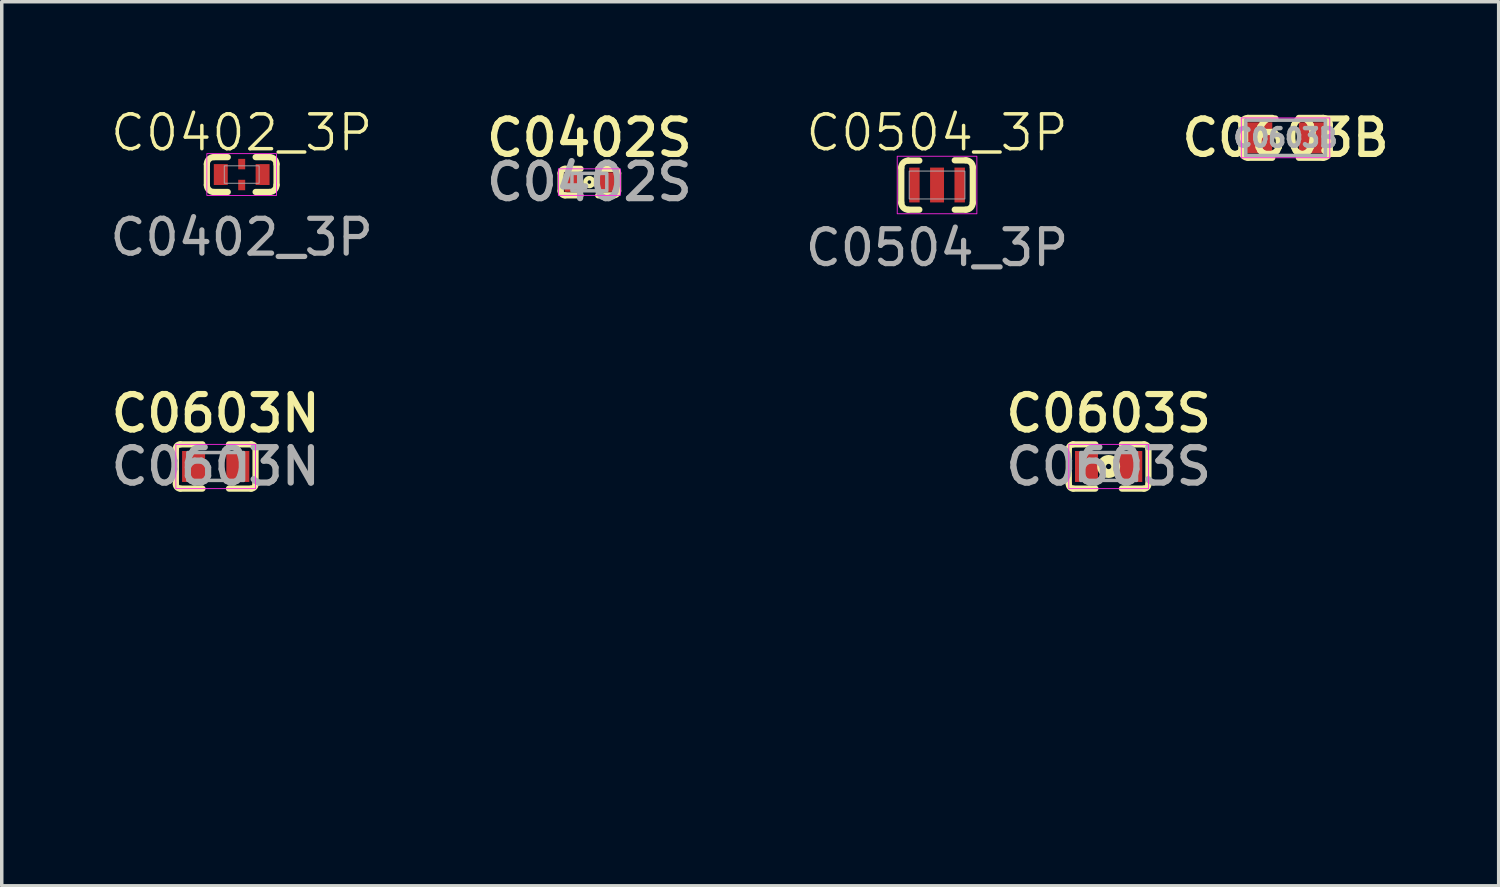
<source format=kicad_pcb>
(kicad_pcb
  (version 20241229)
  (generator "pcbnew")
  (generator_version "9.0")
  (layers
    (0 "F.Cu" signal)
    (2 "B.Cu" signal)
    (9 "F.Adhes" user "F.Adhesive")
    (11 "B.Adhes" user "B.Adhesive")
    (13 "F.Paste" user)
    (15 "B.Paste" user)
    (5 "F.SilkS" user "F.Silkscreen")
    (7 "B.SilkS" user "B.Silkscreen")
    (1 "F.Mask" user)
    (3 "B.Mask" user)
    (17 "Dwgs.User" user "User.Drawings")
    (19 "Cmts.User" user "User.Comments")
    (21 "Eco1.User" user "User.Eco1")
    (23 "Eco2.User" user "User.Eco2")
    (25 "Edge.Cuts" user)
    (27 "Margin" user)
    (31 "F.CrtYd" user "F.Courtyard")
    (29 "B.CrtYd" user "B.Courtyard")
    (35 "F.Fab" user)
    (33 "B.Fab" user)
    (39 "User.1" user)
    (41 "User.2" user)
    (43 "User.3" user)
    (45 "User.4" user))
  (footprint "C0603S"
    (layer "F.Cu")
    (at 28.77 10.339)
    (property "Reference" "C0603S" (at 0 -1.524 0) (layer "F.SilkS") (effects (font (size 1.016 1.016) (thickness 0.178))))
    (attr smd)
    (fp_line (start -1.143 -0.508) (end -1.143 0.508) (stroke (width 0.178) (type solid)) (layer "F.SilkS"))
    (fp_line (start -1.016 0.635) (end -0.381 0.635) (stroke (width 0.178) (type solid)) (layer "F.SilkS"))
    (fp_line (start -0.381 -0.635) (end -1.016 -0.635) (stroke (width 0.178) (type solid)) (layer "F.SilkS"))
    (fp_line (start 0.381 0.635) (end 1.016 0.635) (stroke (width 0.178) (type solid)) (layer "F.SilkS"))
    (fp_line (start 1.016 -0.635) (end 0.381 -0.635) (stroke (width 0.178) (type solid)) (layer "F.SilkS"))
    (fp_line (start 1.143 0.508) (end 1.143 -0.508) (stroke (width 0.178) (type solid)) (layer "F.SilkS"))
    (fp_arc (start -1.143 -0.508) (mid -1.105803 -0.597803) (end -1.016 -0.635) (stroke (width 0.1778) (type solid)) (layer "F.SilkS"))
    (fp_arc (start -1.016 0.635) (mid -1.105803 0.597803) (end -1.143 0.508) (stroke (width 0.1778) (type solid)) (layer "F.SilkS"))
    (fp_arc (start 1.016 -0.635) (mid 1.105803 -0.597803) (end 1.143 -0.508) (stroke (width 0.1778) (type solid)) (layer "F.SilkS"))
    (fp_arc (start 1.143 0.508) (mid 1.105803 0.597803) (end 1.016 0.635) (stroke (width 0.1778) (type solid)) (layer "F.SilkS"))
    (fp_circle (center 0 0) (end 0.076 0) (stroke (width 0.254) (type solid)) (fill no) (layer "F.SilkS"))
    (fp_rect (start -1.143 -0.635) (end 1.143 0.635) (stroke (width 0.025) (type solid)) (fill no) (layer "F.CrtYd"))
    (fp_rect (start -0.8 -0.4) (end 0.8 0.4) (stroke (width 0.1) (type solid)) (fill no) (layer "F.Fab"))
    (fp_text user "${REFERENCE}" (at 0 0 0) (layer "F.Fab") (effects (font (size 1.016 1.016) (thickness 0.178))))
    (pad "1" smd rect (at -0.635 0) (size 0.66 0.889) (layers "F.Cu" "F.Mask" "F.Paste"))
    (pad "2" smd rect (at 0.635 0) (size 0.66 0.889) (layers "F.Cu" "F.Mask" "F.Paste")))
  (footprint "C0402S"
    (layer "F.Cu")
    (at 13.866 2.176)
    (property "Reference" "C0402S" (at 0 -1.27 0) (layer "F.SilkS") (effects (font (size 1.016 1.016) (thickness 0.178))))
    (attr smd)
    (fp_line (start -0.826 0.254) (end -0.826 -0.254) (stroke (width 0.178) (type solid)) (layer "F.SilkS"))
    (fp_line (start -0.699 0.381) (end -0.254 0.381) (stroke (width 0.178) (type solid)) (layer "F.SilkS"))
    (fp_line (start -0.254 -0.381) (end -0.699 -0.381) (stroke (width 0.178) (type solid)) (layer "F.SilkS"))
    (fp_line (start 0.254 -0.381) (end 0.699 -0.381) (stroke (width 0.178) (type solid)) (layer "F.SilkS"))
    (fp_line (start 0.254 0.381) (end 0.699 0.381) (stroke (width 0.178) (type solid)) (layer "F.SilkS"))
    (fp_line (start 0.826 -0.254) (end 0.826 0.254) (stroke (width 0.178) (type solid)) (layer "F.SilkS"))
    (fp_arc (start -0.8255 -0.254) (mid -0.788303 -0.343803) (end -0.6985 -0.381) (stroke (width 0.1778) (type solid)) (layer "F.SilkS"))
    (fp_arc (start -0.6985 0.381) (mid -0.788303 0.343803) (end -0.8255 0.254) (stroke (width 0.1778) (type solid)) (layer "F.SilkS"))
    (fp_arc (start 0.6985 -0.381) (mid 0.788303 -0.343803) (end 0.8255 -0.254) (stroke (width 0.1778) (type solid)) (layer "F.SilkS"))
    (fp_arc (start 0.8255 0.254) (mid 0.788303 0.343803) (end 0.6985 0.381) (stroke (width 0.1778) (type solid)) (layer "F.SilkS"))
    (fp_circle (center 0 0) (end 0.051 0) (stroke (width 0.127) (type solid)) (fill no) (layer "F.SilkS"))
    (fp_rect (start -0.889 -0.381) (end 0.889 0.381) (stroke (width 0.025) (type solid)) (fill no) (layer "F.CrtYd"))
    (fp_rect (start -0.5 -0.25) (end 0.5 0.25) (stroke (width 0.1) (type solid)) (fill no) (layer "F.Fab"))
    (fp_text user "${REFERENCE}" (at 0 0 0) (layer "F.Fab") (effects (font (size 1.016 1.016) (thickness 0.178))))
    (pad "1" smd rect (at -0.457 0) (size 0.508 0.559) (layers "F.Cu" "F.Mask" "F.Paste"))
    (pad "2" smd rect (at 0.457 0) (size 0.508 0.559) (layers "F.Cu" "F.Mask" "F.Paste")))
  (footprint "C0504_3P"
    (layer "F.Cu")
    (at 23.845 2.26)
    (property "Reference" "C0504_3P" (at 0 -1.5 0) (unlocked yes) (layer "F.SilkS") (effects (font (size 1 1) (thickness 0.1))))
    (attr smd)
    (fp_line (start -1.026 -0.5) (end -1.026 0.508) (stroke (width 0.178) (type solid)) (layer "F.SilkS"))
    (fp_line (start -0.508 -0.7) (end -0.826 -0.7) (stroke (width 0.178) (type solid)) (layer "F.SilkS"))
    (fp_line (start -0.508 0.708) (end -0.826 0.708) (stroke (width 0.178) (type solid)) (layer "F.SilkS"))
    (fp_line (start 0.826 -0.708) (end 0.508 -0.708) (stroke (width 0.178) (type solid)) (layer "F.SilkS"))
    (fp_line (start 0.826 0.708) (end 0.508 0.708) (stroke (width 0.178) (type solid)) (layer "F.SilkS"))
    (fp_line (start 1.026 -0.508) (end 1.026 0.508) (stroke (width 0.178) (type solid)) (layer "F.SilkS"))
    (fp_arc (start -1.025501 -0.500001) (mid -0.966922 -0.641422) (end -0.825501 -0.700001) (stroke (width 0.1778) (type solid)) (layer "F.SilkS"))
    (fp_arc (start -0.825501 0.708001) (mid -0.966922 0.649422) (end -1.025501 0.508001) (stroke (width 0.1778) (type solid)) (layer "F.SilkS"))
    (fp_arc (start 0.825501 -0.708001) (mid 0.966922 -0.649422) (end 1.025501 -0.508001) (stroke (width 0.1778) (type solid)) (layer "F.SilkS"))
    (fp_arc (start 1.025501 0.508001) (mid 0.966922 0.649422) (end 0.825501 0.708001) (stroke (width 0.1778) (type solid)) (layer "F.SilkS"))
    (fp_rect (start -1.143 -0.826) (end 1.143 0.826) (stroke (width 0.025) (type default)) (fill no) (layer "F.CrtYd"))
    (fp_rect (start -0.8 -0.4) (end 0.8 0.4) (stroke (width 0.025) (type default)) (fill no) (layer "F.Fab"))
    (fp_text user "${REFERENCE}" (at 0 1.8 0) (unlocked yes) (layer "F.Fab") (effects (font (size 1 1) (thickness 0.15))))
    (pad "1" smd rect (at -0.65 0) (size 0.3 1) (layers "F.Cu" "F.Mask" "F.Paste"))
    (pad "2" smd rect (at 0 0) (size 0.4 1) (layers "F.Cu" "F.Mask" "F.Paste"))
    (pad "3" smd rect (at 0.65 0) (size 0.3 1) (layers "F.Cu" "F.Mask" "F.Paste")))
  (footprint "C0603B"
    (layer "F.Cu")
    (at 33.848 0.906)
    (property "Reference" "C0603B" (at 0 0 0) (layer "F.SilkS") (effects (font (size 1.016 1.016) (thickness 0.178))))
    (attr smd)
    (fp_line (start -1.27 -0.381) (end -1.27 0.381) (stroke (width 0.178) (type solid)) (layer "F.SilkS"))
    (fp_line (start -1.079 0.572) (end -0.381 0.572) (stroke (width 0.178) (type solid)) (layer "F.SilkS"))
    (fp_line (start -0.381 -0.572) (end -1.079 -0.572) (stroke (width 0.178) (type solid)) (layer "F.SilkS"))
    (fp_line (start 0.381 0.572) (end 1.079 0.572) (stroke (width 0.178) (type solid)) (layer "F.SilkS"))
    (fp_line (start 1.08 -0.572) (end 0.381 -0.572) (stroke (width 0.178) (type solid)) (layer "F.SilkS"))
    (fp_line (start 1.27 0.381) (end 1.27 -0.381) (stroke (width 0.178) (type solid)) (layer "F.SilkS"))
    (fp_arc (start -1.27 -0.381003) (mid -1.214202 -0.515706) (end -1.079497 -0.5715) (stroke (width 0.1778) (type solid)) (layer "F.SilkS"))
    (fp_arc (start -1.0795 0.5715) (mid -1.214202 0.515705) (end -1.269997 0.381003) (stroke (width 0.1778) (type solid)) (layer "F.SilkS"))
    (fp_arc (start 1.079503 -0.571503) (mid 1.214206 -0.515705) (end 1.27 -0.381) (stroke (width 0.1778) (type solid)) (layer "F.SilkS"))
    (fp_arc (start 1.27 0.381003) (mid 1.214202 0.515706) (end 1.079497 0.5715) (stroke (width 0.1778) (type solid)) (layer "F.SilkS"))
    (fp_rect (start -1.27 -0.572) (end 1.27 0.572) (stroke (width 0.025) (type solid)) (fill no) (layer "F.CrtYd"))
    (fp_line (start -1.143 -0.508) (end 1.143 -0.508) (stroke (width 0.102) (type solid)) (layer "F.Fab"))
    (fp_line (start -1.143 0.508) (end -1.143 -0.508) (stroke (width 0.102) (type solid)) (layer "F.Fab"))
    (fp_line (start 1.143 0.508) (end -1.143 0.508) (stroke (width 0.102) (type solid)) (layer "F.Fab"))
    (fp_line (start 1.143 0.508) (end 1.143 -0.508) (stroke (width 0.102) (type solid)) (layer "F.Fab"))
    (fp_text user "${REFERENCE}" (at 0 0 0) (layer "F.Fab") (effects (font (size 0.508 0.508) (thickness 0.127))))
    (pad "1" smd rect (at -0.762 0) (size 0.762 0.889) (layers "F.Cu" "F.Mask" "F.Paste"))
    (pad "2" smd rect (at 0.762 0) (size 0.762 0.889) (layers "F.Cu" "F.Mask" "F.Paste")))
  (footprint "C0603N"
    (layer "F.Cu")
    (at 3.141 10.339)
    (property "Reference" "C0603N" (at 0 -1.524 0) (layer "F.SilkS") (effects (font (size 1.016 1.016) (thickness 0.178))))
    (attr smd)
    (fp_line (start -1.143 -0.508) (end -1.143 0.508) (stroke (width 0.178) (type solid)) (layer "F.SilkS"))
    (fp_line (start -1.016 0.635) (end -0.381 0.635) (stroke (width 0.178) (type solid)) (layer "F.SilkS"))
    (fp_line (start -0.381 -0.635) (end -1.016 -0.635) (stroke (width 0.178) (type solid)) (layer "F.SilkS"))
    (fp_line (start 0.381 0.635) (end 1.016 0.635) (stroke (width 0.178) (type solid)) (layer "F.SilkS"))
    (fp_line (start 1.016 -0.635) (end 0.381 -0.635) (stroke (width 0.178) (type solid)) (layer "F.SilkS"))
    (fp_line (start 1.143 0.508) (end 1.143 -0.508) (stroke (width 0.178) (type solid)) (layer "F.SilkS"))
    (fp_arc (start -1.143 -0.508) (mid -1.105803 -0.597803) (end -1.016 -0.635) (stroke (width 0.1778) (type solid)) (layer "F.SilkS"))
    (fp_arc (start -1.016 0.635) (mid -1.105803 0.597803) (end -1.143 0.508) (stroke (width 0.1778) (type solid)) (layer "F.SilkS"))
    (fp_arc (start 1.016 -0.635) (mid 1.105803 -0.597803) (end 1.143 -0.508) (stroke (width 0.1778) (type solid)) (layer "F.SilkS"))
    (fp_arc (start 1.143 0.508) (mid 1.105803 0.597803) (end 1.016 0.635) (stroke (width 0.1778) (type solid)) (layer "F.SilkS"))
    (fp_rect (start -1.143 -0.635) (end 1.143 0.635) (stroke (width 0.025) (type solid)) (fill no) (layer "F.CrtYd"))
    (fp_rect (start -0.8 -0.4) (end 0.8 0.4) (stroke (width 0.1) (type solid)) (fill no) (layer "F.Fab"))
    (fp_text user "${REFERENCE}" (at 0 0 0) (layer "F.Fab") (effects (font (size 1.016 1.016) (thickness 0.178))))
    (fp_text user "Auth: Thanh Duong" (at 0 8.128 0) (unlocked yes) (layer "User.1") (effects (font (size 1.016 1.016) (thickness 0.178) (italic yes)) (justify left)))
    (fp_text user "Dimension: 1.6x0.8mm" (at 0 6.096 0) (unlocked yes) (layer "User.1") (effects (font (size 1.016 1.016) (thickness 0.178) (italic yes)) (justify left)))
    (fp_text user "Footprint: C0603N (NXP)" (at 0 4.064 0) (unlocked yes) (layer "User.1") (effects (font (size 1.016 1.016) (thickness 0.178) (italic yes)) (justify left)))
    (pad "1" smd rect (at -0.635 0) (size 0.66 0.889) (layers "F.Cu" "F.Mask" "F.Paste"))
    (pad "2" smd rect (at 0.635 0) (size 0.66 0.889) (layers "F.Cu" "F.Mask" "F.Paste")))
  (footprint "C0402_3P"
    (layer "F.Cu")
    (at 3.887 1.96)
    (property "Reference" "C0402_3P" (at 0 -1.2 0) (unlocked yes) (layer "F.SilkS") (effects (font (size 1 1) (thickness 0.1))))
    (attr smd)
    (fp_line (start -1 -0.3) (end -1 0.3) (stroke (width 0.178) (type solid)) (layer "F.SilkS"))
    (fp_line (start -0.4 -0.5) (end -0.8 -0.5) (stroke (width 0.178) (type solid)) (layer "F.SilkS"))
    (fp_line (start -0.4 0.5) (end -0.8 0.5) (stroke (width 0.178) (type solid)) (layer "F.SilkS"))
    (fp_line (start 0.8 -0.5) (end 0.4 -0.5) (stroke (width 0.178) (type solid)) (layer "F.SilkS"))
    (fp_line (start 0.8 0.5) (end 0.4 0.5) (stroke (width 0.178) (type solid)) (layer "F.SilkS"))
    (fp_line (start 1 -0.3) (end 1 0.3) (stroke (width 0.178) (type solid)) (layer "F.SilkS"))
    (fp_arc (start -1.000001 -0.300001) (mid -0.941422 -0.441422) (end -0.800001 -0.500001) (stroke (width 0.1778) (type solid)) (layer "F.SilkS"))
    (fp_arc (start -0.800001 0.500001) (mid -0.941422 0.441422) (end -1.000001 0.300001) (stroke (width 0.1778) (type solid)) (layer "F.SilkS"))
    (fp_arc (start 0.800001 -0.500001) (mid 0.941422 -0.441422) (end 1.000001 -0.300001) (stroke (width 0.1778) (type solid)) (layer "F.SilkS"))
    (fp_arc (start 1.000001 0.300001) (mid 0.941422 0.441422) (end 0.800001 0.500001) (stroke (width 0.1778) (type solid)) (layer "F.SilkS"))
    (fp_rect (start -1 -0.6) (end 1 0.6) (stroke (width 0.025) (type default)) (fill no) (layer "F.CrtYd"))
    (fp_rect (start -0.5 -0.25) (end 0.5 0.25) (stroke (width 0.025) (type default)) (fill no) (layer "F.Fab"))
    (fp_text user "${REFERENCE}" (at 0 1.8 0) (unlocked yes) (layer "F.Fab") (effects (font (size 1 1) (thickness 0.15))))
    (pad "1" smd rect (at -0.6 0) (size 0.4 0.6) (layers "F.Cu" "F.Mask" "F.Paste"))
    (pad "2" smd rect (at 0 -0.3) (size 0.2 0.3) (layers "F.Cu" "F.Mask" "F.Paste"))
    (pad "2" smd rect (at 0 0.3) (size 0.2 0.3) (layers "F.Cu" "F.Mask" "F.Paste"))
    (pad "3" smd rect (at 0.6 0) (size 0.4 0.6) (layers "F.Cu" "F.Mask" "F.Paste")))
  (gr_rect
    (start -3 -3)
    (end 39.965 22.374)
    (stroke (width 0.1) (type default))
    (fill no)
    (layer "Edge.Cuts")))
</source>
